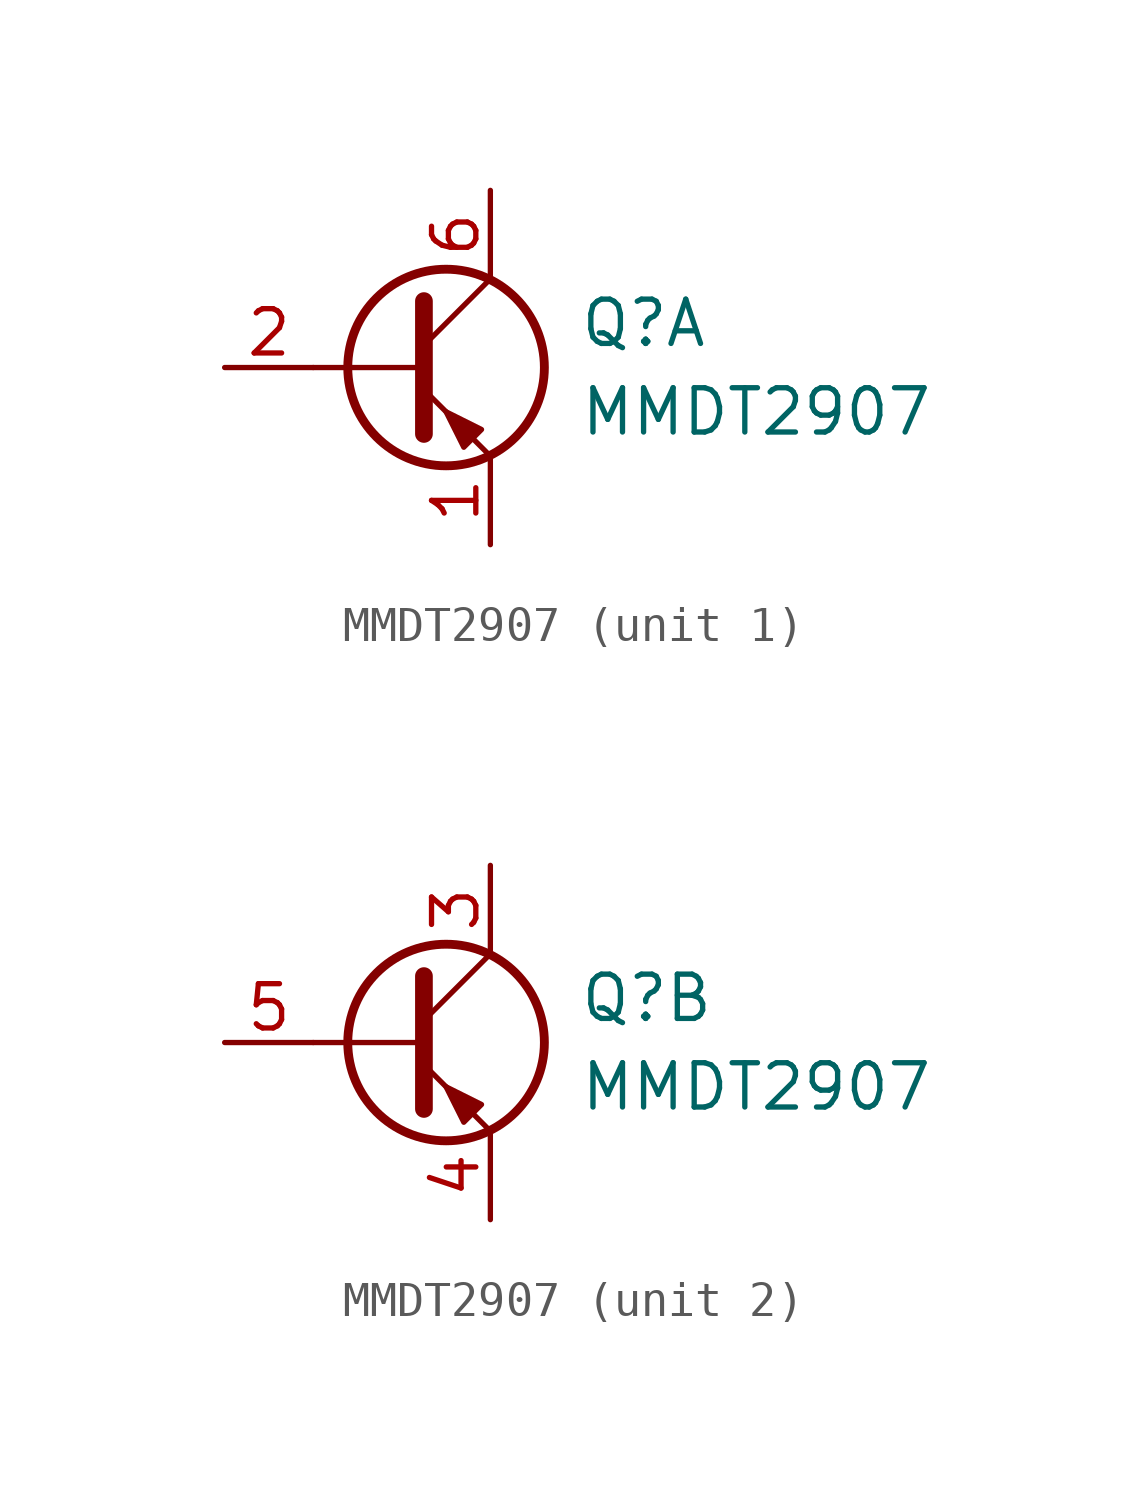
<source format=kicad_sym>
(kicad_symbol_lib
  (version 20211014)
  (generator kicad_symbol_editor)
  (symbol "MMDT2907"
    (pin_names
      (offset 0) hide)
    (property "Reference" "Q"
      (at 5.08 1.27 0)
      (effects (font (size 1.27 1.27)) (justify left)))
    (property "Value" "MMDT2907"
      (at 5.08 -1.27 0)
      (effects (font (size 1.27 1.27)) (justify left)))
    (property "ki_locked" ""
      (at 0 0 0)
      (effects (font (size 1.27 1.27))))
    (symbol "MMDT2907_0_1"
      (polyline (pts (xy 0.635 0) (xy -2.54 0)) (stroke (width 0) (type default) (color 0 0 0 0)) (fill (type none)))
      (polyline (pts (xy 0.635 0.635) (xy 2.54 2.54)) (stroke (width 0) (type default) (color 0 0 0 0)) (fill (type none)))
      (polyline (pts (xy 0.635 -0.635) (xy 2.54 -2.54) (xy 2.54 -2.54)) (stroke (width 0) (type default) (color 0 0 0 0)) (fill (type none)))
      (polyline (pts (xy 0.635 1.905) (xy 0.635 -1.905) (xy 0.635 -1.905)) (stroke (width 0.508) (type default) (color 0 0 0 0)) (fill (type none)))
      (polyline (pts (xy 2.286 -1.778) (xy 1.778 -2.286) (xy 1.27 -1.27) (xy 2.286 -1.778) (xy 2.286 -1.778)) (stroke (width 0) (type default) (color 0 0 0 0)) (fill (type outline)))
      (circle (center 1.27 0) (radius 2.819) (stroke (width 0.254) (type default) (color 0 0 0 0)) (fill (type none))))
    (symbol "MMDT2907_1_1"
      (pin passive line (at 2.54 -5.08 90) (length 2.54) (name "E1" (effects (font (size 1.27 1.27)))) (number "1" (effects (font (size 1.27 1.27)))))
      (pin input line (at -5.08 0 0) (length 2.54) (name "B1" (effects (font (size 1.27 1.27)))) (number "2" (effects (font (size 1.27 1.27)))))
      (pin passive line (at 2.54 5.08 270) (length 2.54) (name "C1" (effects (font (size 1.27 1.27)))) (number "6" (effects (font (size 1.27 1.27))))))
    (symbol "MMDT2907_2_1"
      (pin passive line (at 2.54 5.08 270) (length 2.54) (name "C2" (effects (font (size 1.27 1.27)))) (number "3" (effects (font (size 1.27 1.27)))))
      (pin passive line (at 2.54 -5.08 90) (length 2.54) (name "E2" (effects (font (size 1.27 1.27)))) (number "4" (effects (font (size 1.27 1.27)))))
      (pin input line (at -5.08 0 0) (length 2.54) (name "B2" (effects (font (size 1.27 1.27)))) (number "5" (effects (font (size 1.27 1.27))))))))
</source>
